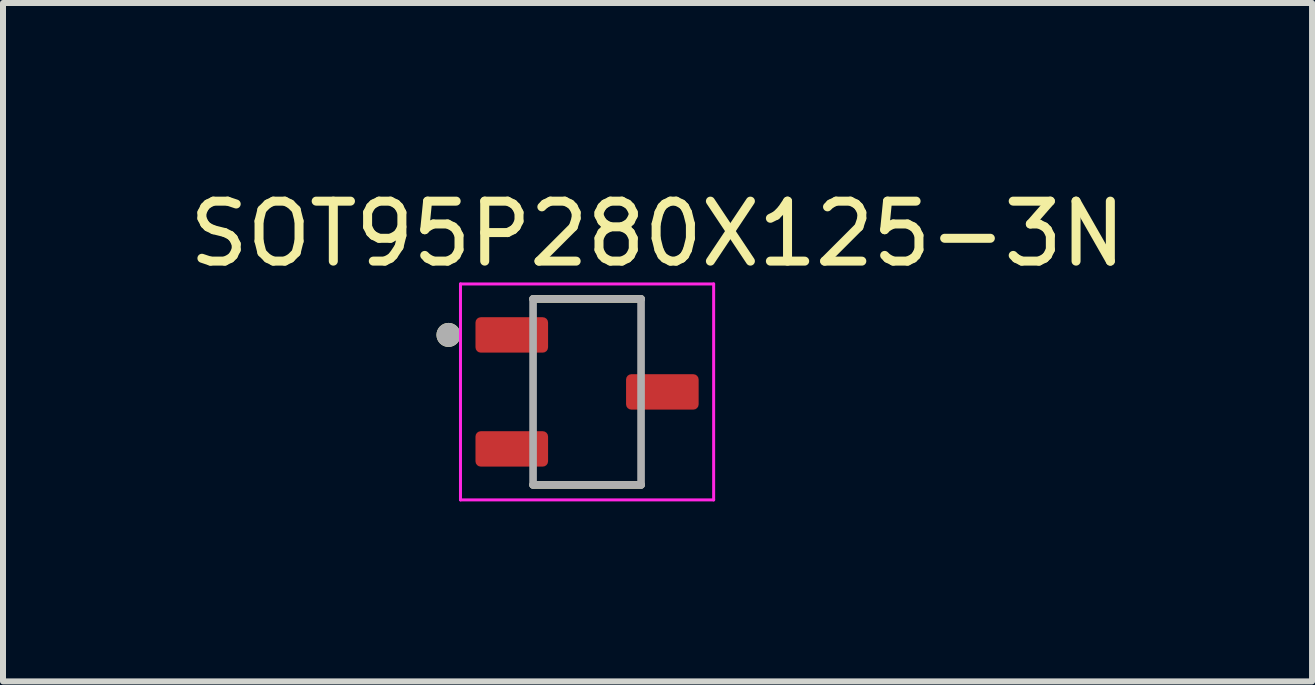
<source format=kicad_pcb>
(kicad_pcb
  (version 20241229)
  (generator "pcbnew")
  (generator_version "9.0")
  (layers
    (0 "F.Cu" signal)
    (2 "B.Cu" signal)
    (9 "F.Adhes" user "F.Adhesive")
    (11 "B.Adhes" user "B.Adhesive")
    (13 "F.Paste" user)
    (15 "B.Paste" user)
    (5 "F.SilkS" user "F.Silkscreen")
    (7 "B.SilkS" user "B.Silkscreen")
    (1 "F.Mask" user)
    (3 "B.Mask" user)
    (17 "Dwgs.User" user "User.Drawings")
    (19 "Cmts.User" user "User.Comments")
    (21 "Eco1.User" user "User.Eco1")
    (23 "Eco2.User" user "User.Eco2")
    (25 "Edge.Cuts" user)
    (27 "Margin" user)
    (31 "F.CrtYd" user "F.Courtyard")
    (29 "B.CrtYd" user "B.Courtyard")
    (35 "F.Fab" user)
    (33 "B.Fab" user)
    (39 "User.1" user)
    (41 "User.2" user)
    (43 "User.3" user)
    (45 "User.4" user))
  (footprint "SOT95P280X125-3N"
    (layer "F.Cu")
    (at 6.736 3.483)
    (property "Reference" "SOT95P280X125-3N" (at 1.175 -2.635 0) (layer "F.SilkS") (effects (font (size 1 1) (thickness 0.15))))
    (attr smd)
    (fp_line (start -0.9 1.55) (end 0.9 1.55) (stroke (width 0.127) (type solid)) (layer "F.SilkS"))
    (fp_line (start 0.9 -1.55) (end -0.9 -1.55) (stroke (width 0.127) (type solid)) (layer "F.SilkS"))
    (fp_circle (center -2.31 -0.95) (end -2.21 -0.95) (stroke (width 0.2) (type solid)) (fill no) (layer "F.SilkS"))
    (fp_line (start -2.11 -1.8) (end 2.11 -1.8) (stroke (width 0.05) (type solid)) (layer "F.CrtYd"))
    (fp_line (start -2.11 1.8) (end -2.11 -1.8) (stroke (width 0.05) (type solid)) (layer "F.CrtYd"))
    (fp_line (start 2.11 -1.8) (end 2.11 1.8) (stroke (width 0.05) (type solid)) (layer "F.CrtYd"))
    (fp_line (start 2.11 1.8) (end -2.11 1.8) (stroke (width 0.05) (type solid)) (layer "F.CrtYd"))
    (fp_line (start -0.9 -1.55) (end -0.9 1.55) (stroke (width 0.127) (type solid)) (layer "F.Fab"))
    (fp_line (start -0.9 1.55) (end 0.9 1.55) (stroke (width 0.127) (type solid)) (layer "F.Fab"))
    (fp_line (start 0.9 -1.55) (end -0.9 -1.55) (stroke (width 0.127) (type solid)) (layer "F.Fab"))
    (fp_line (start 0.9 1.55) (end 0.9 -1.55) (stroke (width 0.127) (type solid)) (layer "F.Fab"))
    (fp_circle (center -2.31 -0.95) (end -2.21 -0.95) (stroke (width 0.2) (type solid)) (fill no) (layer "F.Fab"))
    (pad "1" smd roundrect (at -1.255 -0.95) (size 1.21 0.59) (layers "F.Cu" "F.Mask" "F.Paste") (roundrect_rratio 0.15))
    (pad "2" smd roundrect (at -1.255 0.95) (size 1.21 0.59) (layers "F.Cu" "F.Mask" "F.Paste") (roundrect_rratio 0.15))
    (pad "3" smd roundrect (at 1.255 0) (size 1.21 0.59) (layers "F.Cu" "F.Mask" "F.Paste") (roundrect_rratio 0.15)))
  (gr_rect
    (start -3 -3)
    (end 18.821 8.308)
    (stroke (width 0.1) (type default))
    (fill no)
    (layer "Edge.Cuts")))
</source>
